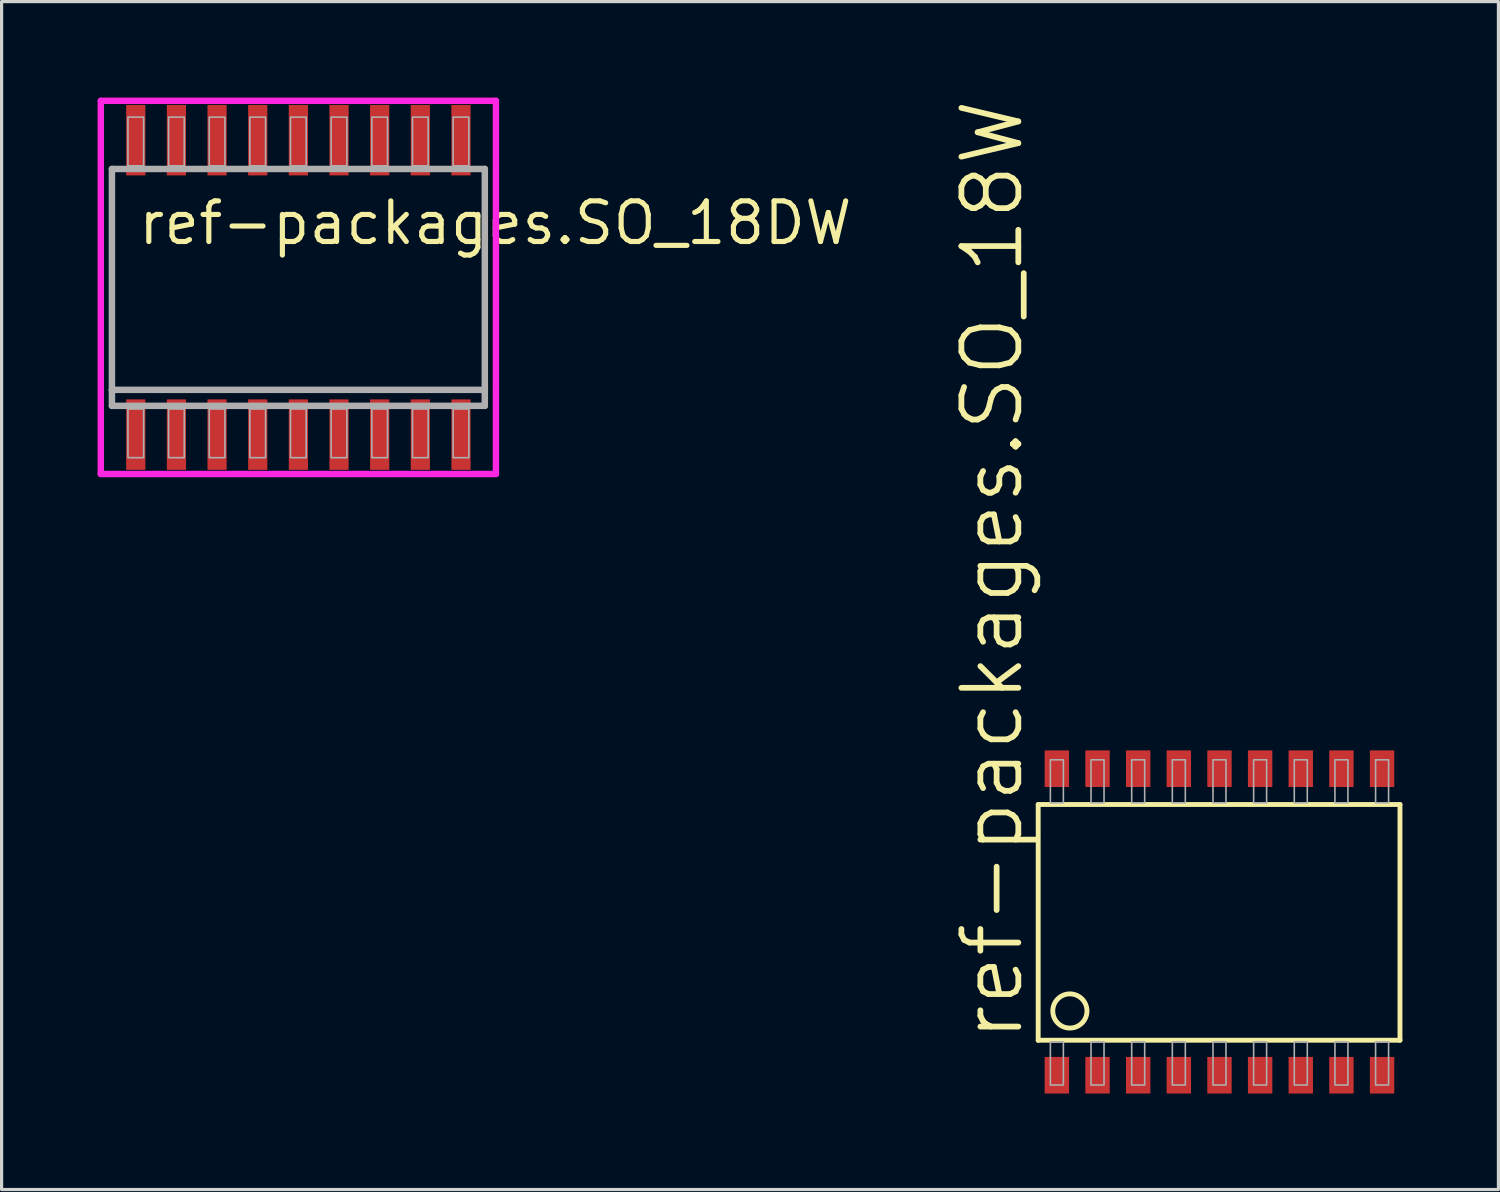
<source format=kicad_pcb>
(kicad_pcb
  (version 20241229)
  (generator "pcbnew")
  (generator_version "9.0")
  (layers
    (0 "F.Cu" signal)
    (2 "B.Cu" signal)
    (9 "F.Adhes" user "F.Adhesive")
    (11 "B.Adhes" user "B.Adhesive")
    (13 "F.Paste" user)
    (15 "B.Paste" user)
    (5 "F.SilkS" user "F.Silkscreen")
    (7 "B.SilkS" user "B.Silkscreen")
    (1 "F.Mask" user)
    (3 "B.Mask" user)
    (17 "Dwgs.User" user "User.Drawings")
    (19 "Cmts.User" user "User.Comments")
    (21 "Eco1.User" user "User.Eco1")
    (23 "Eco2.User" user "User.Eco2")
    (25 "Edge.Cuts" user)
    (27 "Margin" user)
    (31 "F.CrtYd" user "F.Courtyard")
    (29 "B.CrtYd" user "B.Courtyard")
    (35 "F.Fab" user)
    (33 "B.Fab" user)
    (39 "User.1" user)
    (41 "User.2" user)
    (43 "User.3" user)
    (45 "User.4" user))
  (footprint "ref-packages.SO_18DW"
    (layer "F.Cu")
    (at 6.272 5.929)
    (property "Reference" "ref-packages.SO_18DW" (at -5.08 -1.27 0) (layer "F.SilkS") (effects (font (size 1.27 1.27) (thickness 0.16)) (justify left bottom)))
    (attr smd)
    (fp_line (start -6.172 -5.829) (end -6.172 5.829) (stroke (width 0.2) (type default)) (layer "F.CrtYd"))
    (fp_line (start -6.172 5.829) (end 6.172 5.829) (stroke (width 0.2) (type default)) (layer "F.CrtYd"))
    (fp_line (start 6.172 5.829) (end 6.172 -5.829) (stroke (width 0.2) (type default)) (layer "F.CrtYd"))
    (fp_line (start 6.172 -5.829) (end -6.172 -5.829) (stroke (width 0.2) (type default)) (layer "F.CrtYd"))
    (fp_line (start -5.825 -3.7) (end 5.825 -3.7) (stroke (width 0.203) (type default)) (layer "F.Fab"))
    (fp_line (start -5.825 3.2) (end -5.825 -3.7) (stroke (width 0.203) (type default)) (layer "F.Fab"))
    (fp_line (start -5.825 3.7) (end -5.825 3.2) (stroke (width 0.203) (type default)) (layer "F.Fab"))
    (fp_line (start 5.825 -3.7) (end 5.825 3.2) (stroke (width 0.203) (type default)) (layer "F.Fab"))
    (fp_line (start 5.825 3.2) (end -5.825 3.2) (stroke (width 0.203) (type default)) (layer "F.Fab"))
    (fp_line (start 5.825 3.2) (end 5.825 3.7) (stroke (width 0.203) (type default)) (layer "F.Fab"))
    (fp_line (start 5.825 3.7) (end -5.825 3.7) (stroke (width 0.203) (type default)) (layer "F.Fab"))
    (fp_rect (start -5.325 -3.8) (end -4.835 -5.32) (stroke (width 0.05) (type default)) (fill no) (layer "F.Fab"))
    (fp_rect (start -5.325 5.32) (end -4.835 3.8) (stroke (width 0.05) (type default)) (fill no) (layer "F.Fab"))
    (fp_rect (start -4.055 -3.8) (end -3.565 -5.32) (stroke (width 0.05) (type default)) (fill no) (layer "F.Fab"))
    (fp_rect (start -4.055 5.32) (end -3.565 3.8) (stroke (width 0.05) (type default)) (fill no) (layer "F.Fab"))
    (fp_rect (start -2.785 -3.8) (end -2.295 -5.32) (stroke (width 0.05) (type default)) (fill no) (layer "F.Fab"))
    (fp_rect (start -2.785 5.32) (end -2.295 3.8) (stroke (width 0.05) (type default)) (fill no) (layer "F.Fab"))
    (fp_rect (start -1.515 -3.8) (end -1.025 -5.32) (stroke (width 0.05) (type default)) (fill no) (layer "F.Fab"))
    (fp_rect (start -1.515 5.32) (end -1.025 3.8) (stroke (width 0.05) (type default)) (fill no) (layer "F.Fab"))
    (fp_rect (start -0.245 -3.8) (end 0.245 -5.32) (stroke (width 0.05) (type default)) (fill no) (layer "F.Fab"))
    (fp_rect (start -0.245 5.32) (end 0.245 3.8) (stroke (width 0.05) (type default)) (fill no) (layer "F.Fab"))
    (fp_rect (start 1.025 -3.8) (end 1.515 -5.32) (stroke (width 0.05) (type default)) (fill no) (layer "F.Fab"))
    (fp_rect (start 1.025 5.32) (end 1.515 3.8) (stroke (width 0.05) (type default)) (fill no) (layer "F.Fab"))
    (fp_rect (start 2.295 -3.8) (end 2.785 -5.32) (stroke (width 0.05) (type default)) (fill no) (layer "F.Fab"))
    (fp_rect (start 2.295 5.32) (end 2.785 3.8) (stroke (width 0.05) (type default)) (fill no) (layer "F.Fab"))
    (fp_rect (start 3.565 -3.8) (end 4.055 -5.32) (stroke (width 0.05) (type default)) (fill no) (layer "F.Fab"))
    (fp_rect (start 3.565 5.32) (end 4.055 3.8) (stroke (width 0.05) (type default)) (fill no) (layer "F.Fab"))
    (fp_rect (start 4.835 -3.8) (end 5.325 -5.32) (stroke (width 0.05) (type default)) (fill no) (layer "F.Fab"))
    (fp_rect (start 4.835 5.32) (end 5.325 3.8) (stroke (width 0.05) (type default)) (fill no) (layer "F.Fab"))
    (pad "1" smd roundrect (at -5.08 4.6) (size 0.6 2.2) (layers "F.Cu" "F.Mask" "F.Paste") (roundrect_rratio 0.01))
    (pad "2" smd roundrect (at -3.81 4.6) (size 0.6 2.2) (layers "F.Cu" "F.Mask" "F.Paste") (roundrect_rratio 0.01))
    (pad "3" smd roundrect (at -2.54 4.6) (size 0.6 2.2) (layers "F.Cu" "F.Mask" "F.Paste") (roundrect_rratio 0.01))
    (pad "4" smd roundrect (at -1.27 4.6) (size 0.6 2.2) (layers "F.Cu" "F.Mask" "F.Paste") (roundrect_rratio 0.01))
    (pad "5" smd roundrect (at 0 4.6) (size 0.6 2.2) (layers "F.Cu" "F.Mask" "F.Paste") (roundrect_rratio 0.01))
    (pad "6" smd roundrect (at 1.27 4.6) (size 0.6 2.2) (layers "F.Cu" "F.Mask" "F.Paste") (roundrect_rratio 0.01))
    (pad "7" smd roundrect (at 2.54 4.6) (size 0.6 2.2) (layers "F.Cu" "F.Mask" "F.Paste") (roundrect_rratio 0.01))
    (pad "8" smd roundrect (at 3.81 4.6) (size 0.6 2.2) (layers "F.Cu" "F.Mask" "F.Paste") (roundrect_rratio 0.01))
    (pad "9" smd roundrect (at 5.08 4.6) (size 0.6 2.2) (layers "F.Cu" "F.Mask" "F.Paste") (roundrect_rratio 0.01))
    (pad "10" smd roundrect (at 5.08 -4.6) (size 0.6 2.2) (layers "F.Cu" "F.Mask" "F.Paste") (roundrect_rratio 0.01))
    (pad "11" smd roundrect (at 3.81 -4.6) (size 0.6 2.2) (layers "F.Cu" "F.Mask" "F.Paste") (roundrect_rratio 0.01))
    (pad "12" smd roundrect (at 2.54 -4.6) (size 0.6 2.2) (layers "F.Cu" "F.Mask" "F.Paste") (roundrect_rratio 0.01))
    (pad "13" smd roundrect (at 1.27 -4.6) (size 0.6 2.2) (layers "F.Cu" "F.Mask" "F.Paste") (roundrect_rratio 0.01))
    (pad "14" smd roundrect (at 0 -4.6) (size 0.6 2.2) (layers "F.Cu" "F.Mask" "F.Paste") (roundrect_rratio 0.01))
    (pad "15" smd roundrect (at -1.27 -4.6) (size 0.6 2.2) (layers "F.Cu" "F.Mask" "F.Paste") (roundrect_rratio 0.01))
    (pad "16" smd roundrect (at -2.54 -4.6) (size 0.6 2.2) (layers "F.Cu" "F.Mask" "F.Paste") (roundrect_rratio 0.01))
    (pad "17" smd roundrect (at -3.81 -4.6) (size 0.6 2.2) (layers "F.Cu" "F.Mask" "F.Paste") (roundrect_rratio 0.01))
    (pad "18" smd roundrect (at -5.08 -4.6) (size 0.6 2.2) (layers "F.Cu" "F.Mask" "F.Paste") (roundrect_rratio 0.01)))
  (footprint "ref-packages.SO_18W"
    (layer "F.Cu")
    (at 35.049 25.754)
    (property "Reference" "ref-packages.SO_18W" (at -6.058 3.81 90) (layer "F.SilkS") (effects (font (size 1.778 1.778) (thickness 0.18)) (justify left bottom)))
    (attr smd)
    (fp_line (start -5.664 -3.67) (end -5.664 3.696) (stroke (width 0.152) (type default)) (layer "F.SilkS"))
    (fp_line (start -5.664 3.696) (end 5.639 3.696) (stroke (width 0.152) (type default)) (layer "F.SilkS"))
    (fp_line (start 5.639 -3.67) (end -5.664 -3.67) (stroke (width 0.152) (type default)) (layer "F.SilkS"))
    (fp_line (start 5.639 3.696) (end 5.639 -3.67) (stroke (width 0.152) (type default)) (layer "F.SilkS"))
    (fp_circle (center -4.674 2.781) (end -4.14 2.781) (stroke (width 0.152) (type default)) (fill no) (layer "F.SilkS"))
    (fp_rect (start -5.283 -3.721) (end -4.877 -5.067) (stroke (width 0.05) (type default)) (fill no) (layer "F.Fab"))
    (fp_rect (start -5.283 5.093) (end -4.877 3.747) (stroke (width 0.05) (type default)) (fill no) (layer "F.Fab"))
    (fp_rect (start -4.013 -3.721) (end -3.607 -5.067) (stroke (width 0.05) (type default)) (fill no) (layer "F.Fab"))
    (fp_rect (start -4.013 5.093) (end -3.607 3.747) (stroke (width 0.05) (type default)) (fill no) (layer "F.Fab"))
    (fp_rect (start -2.743 -3.721) (end -2.337 -5.067) (stroke (width 0.05) (type default)) (fill no) (layer "F.Fab"))
    (fp_rect (start -2.743 5.093) (end -2.337 3.747) (stroke (width 0.05) (type default)) (fill no) (layer "F.Fab"))
    (fp_rect (start -1.473 -3.721) (end -1.067 -5.067) (stroke (width 0.05) (type default)) (fill no) (layer "F.Fab"))
    (fp_rect (start -1.473 5.093) (end -1.067 3.747) (stroke (width 0.05) (type default)) (fill no) (layer "F.Fab"))
    (fp_rect (start -0.203 -3.721) (end 0.203 -5.067) (stroke (width 0.05) (type default)) (fill no) (layer "F.Fab"))
    (fp_rect (start -0.203 5.093) (end 0.203 3.747) (stroke (width 0.05) (type default)) (fill no) (layer "F.Fab"))
    (fp_rect (start 1.067 -3.721) (end 1.473 -5.067) (stroke (width 0.05) (type default)) (fill no) (layer "F.Fab"))
    (fp_rect (start 1.067 5.093) (end 1.473 3.747) (stroke (width 0.05) (type default)) (fill no) (layer "F.Fab"))
    (fp_rect (start 2.337 -3.721) (end 2.743 -5.067) (stroke (width 0.05) (type default)) (fill no) (layer "F.Fab"))
    (fp_rect (start 2.337 5.093) (end 2.743 3.747) (stroke (width 0.05) (type default)) (fill no) (layer "F.Fab"))
    (fp_rect (start 3.607 -3.721) (end 4.013 -5.067) (stroke (width 0.05) (type default)) (fill no) (layer "F.Fab"))
    (fp_rect (start 3.607 5.093) (end 4.013 3.747) (stroke (width 0.05) (type default)) (fill no) (layer "F.Fab"))
    (fp_rect (start 4.877 -3.721) (end 5.283 -5.067) (stroke (width 0.05) (type default)) (fill no) (layer "F.Fab"))
    (fp_rect (start 4.877 5.093) (end 5.283 3.747) (stroke (width 0.05) (type default)) (fill no) (layer "F.Fab"))
    (pad "1" smd roundrect (at -5.08 4.788) (size 0.762 1.143) (layers "F.Cu" "F.Mask" "F.Paste") (roundrect_rratio 0.01))
    (pad "2" smd roundrect (at -3.81 4.788) (size 0.762 1.143) (layers "F.Cu" "F.Mask" "F.Paste") (roundrect_rratio 0.01))
    (pad "3" smd roundrect (at -2.54 4.788) (size 0.762 1.143) (layers "F.Cu" "F.Mask" "F.Paste") (roundrect_rratio 0.01))
    (pad "4" smd roundrect (at -1.27 4.788) (size 0.762 1.143) (layers "F.Cu" "F.Mask" "F.Paste") (roundrect_rratio 0.01))
    (pad "5" smd roundrect (at 0 4.788) (size 0.762 1.143) (layers "F.Cu" "F.Mask" "F.Paste") (roundrect_rratio 0.01))
    (pad "6" smd roundrect (at 1.27 4.788) (size 0.762 1.143) (layers "F.Cu" "F.Mask" "F.Paste") (roundrect_rratio 0.01))
    (pad "7" smd roundrect (at 2.54 4.788) (size 0.762 1.143) (layers "F.Cu" "F.Mask" "F.Paste") (roundrect_rratio 0.01))
    (pad "8" smd roundrect (at 3.81 4.788) (size 0.762 1.143) (layers "F.Cu" "F.Mask" "F.Paste") (roundrect_rratio 0.01))
    (pad "9" smd roundrect (at 5.08 4.788) (size 0.762 1.143) (layers "F.Cu" "F.Mask" "F.Paste") (roundrect_rratio 0.01))
    (pad "10" smd roundrect (at 5.08 -4.788) (size 0.762 1.143) (layers "F.Cu" "F.Mask" "F.Paste") (roundrect_rratio 0.01))
    (pad "11" smd roundrect (at 3.81 -4.788) (size 0.762 1.143) (layers "F.Cu" "F.Mask" "F.Paste") (roundrect_rratio 0.01))
    (pad "12" smd roundrect (at 2.54 -4.788) (size 0.762 1.143) (layers "F.Cu" "F.Mask" "F.Paste") (roundrect_rratio 0.01))
    (pad "13" smd roundrect (at 1.27 -4.788) (size 0.762 1.143) (layers "F.Cu" "F.Mask" "F.Paste") (roundrect_rratio 0.01))
    (pad "14" smd roundrect (at 0 -4.788) (size 0.762 1.143) (layers "F.Cu" "F.Mask" "F.Paste") (roundrect_rratio 0.01))
    (pad "15" smd roundrect (at -1.27 -4.788) (size 0.762 1.143) (layers "F.Cu" "F.Mask" "F.Paste") (roundrect_rratio 0.01))
    (pad "16" smd roundrect (at -2.54 -4.788) (size 0.762 1.143) (layers "F.Cu" "F.Mask" "F.Paste") (roundrect_rratio 0.01))
    (pad "17" smd roundrect (at -3.81 -4.788) (size 0.762 1.143) (layers "F.Cu" "F.Mask" "F.Paste") (roundrect_rratio 0.01))
    (pad "18" smd roundrect (at -5.08 -4.788) (size 0.762 1.143) (layers "F.Cu" "F.Mask" "F.Paste") (roundrect_rratio 0.01)))
  (gr_rect
    (start -3 -3)
    (end 43.764 34.113)
    (stroke (width 0.1) (type default))
    (fill no)
    (layer "Edge.Cuts")))
</source>
